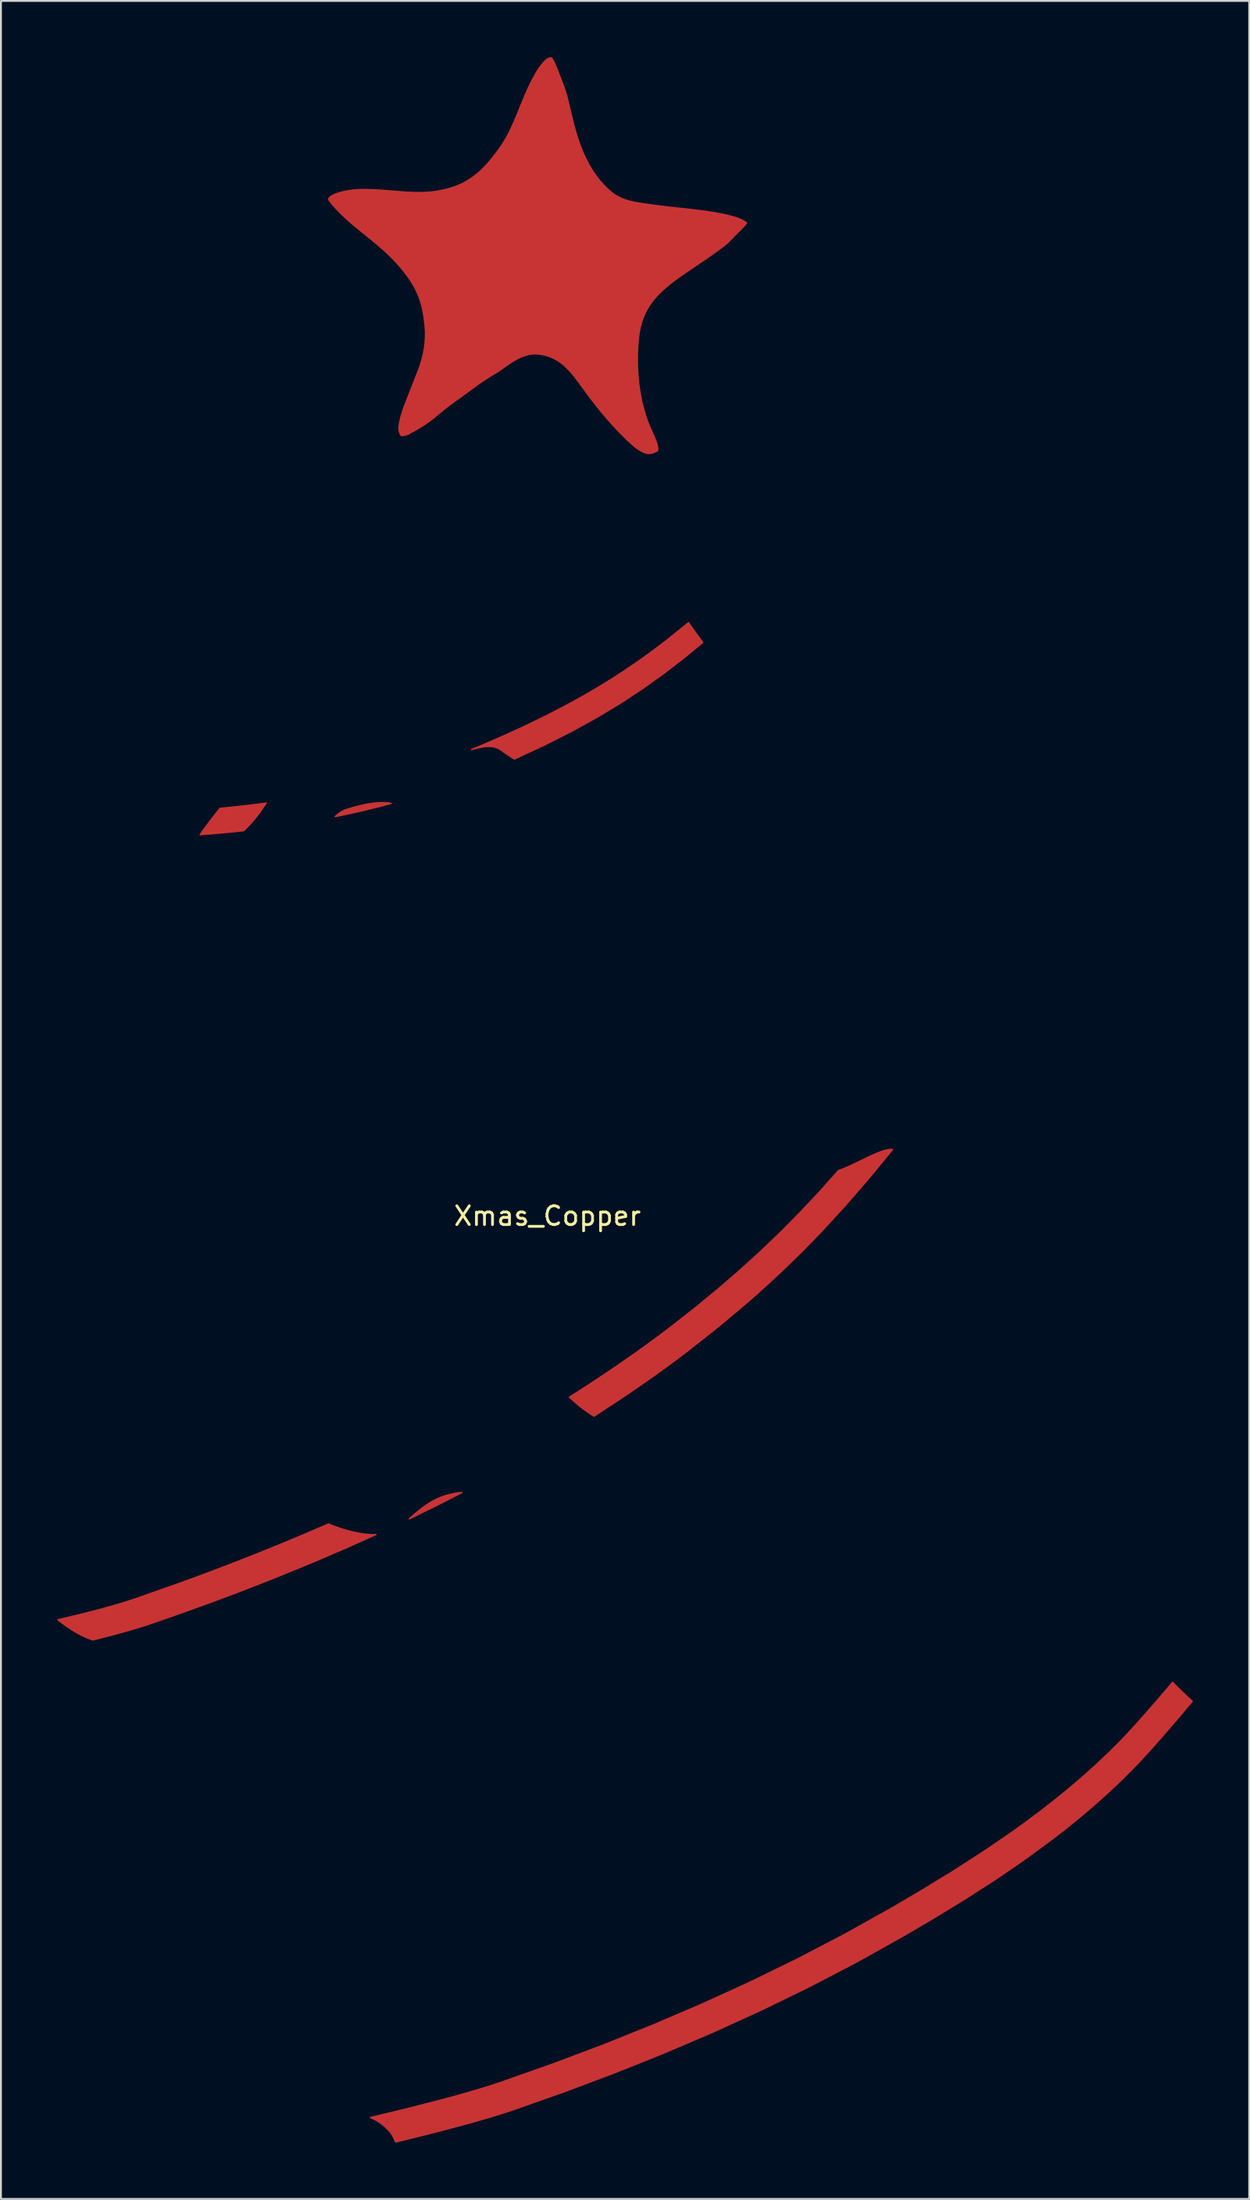
<source format=kicad_pcb>
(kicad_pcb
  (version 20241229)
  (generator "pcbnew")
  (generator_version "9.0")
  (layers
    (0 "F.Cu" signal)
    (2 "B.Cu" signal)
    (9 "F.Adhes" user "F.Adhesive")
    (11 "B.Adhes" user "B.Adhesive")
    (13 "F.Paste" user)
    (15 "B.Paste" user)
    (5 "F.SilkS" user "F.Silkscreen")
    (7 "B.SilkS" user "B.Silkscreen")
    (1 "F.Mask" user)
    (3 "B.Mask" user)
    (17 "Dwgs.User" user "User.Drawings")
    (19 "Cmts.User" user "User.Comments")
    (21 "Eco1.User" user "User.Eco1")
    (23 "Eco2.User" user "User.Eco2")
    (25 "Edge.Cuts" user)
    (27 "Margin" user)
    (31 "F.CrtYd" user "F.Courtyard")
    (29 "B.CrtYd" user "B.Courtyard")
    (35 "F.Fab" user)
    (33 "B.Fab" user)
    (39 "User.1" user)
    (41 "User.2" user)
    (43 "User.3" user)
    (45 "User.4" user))
  (footprint "Xmas_Copper"
    (layer "F.Cu")
    (at 26.139 62.241)
    (property "Reference" "Xmas_Copper" (at 0 -0.5 0) (unlocked yes) (layer "F.SilkS") (effects (font (size 1 1) (thickness 0.15))))
    (attr board_only exclude_from_pos_files exclude_from_bom allow_missing_courtyard)
    (fp_poly (pts (xy 7.522 -32.11) (xy 7.522 -32.11) (xy 7.522 -32.11)) (stroke (width 0.076) (type solid)) (fill yes) (layer "F.Cu"))
    (fp_poly (pts (xy 10.612 -53.411) (xy 10.612 -53.41) (xy 10.612 -53.41) (xy 10.612 -53.41) (xy 10.612 -53.41) (xy 10.612 -53.41) (xy 10.612 -53.41) (xy 10.612 -53.41) (xy 10.612 -53.41) (xy 10.612 -53.41) (xy 10.612 -53.411) (xy 10.612 -53.411)) (stroke (width 0.076) (type solid)) (fill yes) (layer "F.Cu"))
    (fp_poly (pts (xy -5.256 14.59) (xy -5.956 14.943) (xy -6.658 15.29) (xy -7.363 15.632) (xy -7.102 15.407) (xy -6.83 15.181) (xy -6.688 15.07) (xy -6.541 14.962) (xy -6.387 14.857) (xy -6.226 14.756) (xy -6.057 14.661) (xy -5.878 14.573) (xy -5.689 14.492) (xy -5.489 14.419) (xy -5.277 14.356) (xy -5.052 14.303) (xy -4.814 14.261) (xy -4.56 14.232)) (stroke (width 0.076) (type solid)) (fill yes) (layer "F.Cu"))
    (fp_poly (pts (xy -15 -22.5) (xy -15.011 -22.484) (xy -15.023 -22.468) (xy -15.045 -22.437) (xy -15.056 -22.422) (xy -15.067 -22.406) (xy -15.079 -22.39) (xy -15.09 -22.372) (xy -15.163 -22.262) (xy -15.236 -22.156) (xy -15.308 -22.054) (xy -15.38 -21.956) (xy -15.451 -21.861) (xy -15.522 -21.77) (xy -15.592 -21.682) (xy -15.662 -21.597) (xy -15.731 -21.516) (xy -15.8 -21.438) (xy -15.868 -21.363) (xy -15.935 -21.291) (xy -16.068 -21.156) (xy -16.198 -21.03) (xy -16.801 -20.967) (xy -17.385 -20.913) (xy -17.954 -20.864) (xy -18.512 -20.82) (xy -18.386 -21.004) (xy -18.322 -21.095) (xy -18.29 -21.14) (xy -18.257 -21.184) (xy -18.02 -21.499) (xy -17.823 -21.754) (xy -17.462 -22.218) (xy -16.864 -22.278) (xy -16.258 -22.343) (xy -15.638 -22.416) (xy -15 -22.5)) (stroke (width 0.076) (type solid)) (fill yes) (layer "F.Cu"))
    (fp_poly (pts (xy -8.727 -22.523) (xy -8.727 -22.523) (xy -8.674 -22.521) (xy -8.622 -22.518) (xy -8.571 -22.514) (xy -8.522 -22.509) (xy -8.473 -22.504) (xy -8.426 -22.498) (xy -8.379 -22.491) (xy -8.333 -22.484) (xy -9.085 -22.288) (xy -9.833 -22.106) (xy -10.576 -21.938) (xy -11.313 -21.783) (xy -11.244 -21.844) (xy -11.174 -21.901) (xy -11.139 -21.929) (xy -11.103 -21.955) (xy -11.067 -21.981) (xy -11.031 -22.005) (xy -10.994 -22.029) (xy -10.957 -22.051) (xy -10.919 -22.071) (xy -10.881 -22.091) (xy -10.843 -22.109) (xy -10.804 -22.125) (xy -10.765 -22.14) (xy -10.725 -22.154) (xy -10.554 -22.206) (xy -10.391 -22.254) (xy -10.234 -22.297) (xy -10.085 -22.336) (xy -9.942 -22.371) (xy -9.805 -22.402) (xy -9.674 -22.429) (xy -9.549 -22.452) (xy -9.43 -22.472) (xy -9.316 -22.488) (xy -9.207 -22.501) (xy -9.103 -22.511) (xy -9.003 -22.518) (xy -8.907 -22.522) (xy -8.815 -22.524)) (stroke (width 0.076) (type solid)) (fill yes) (layer "F.Cu"))
    (fp_poly (pts (xy 7.888 -31.594) (xy 8.077 -31.333) (xy 8.177 -31.198) (xy 8.28 -31.061) (xy 7.243 -30.211) (xy 6.183 -29.396) (xy 5.08 -28.608) (xy 3.915 -27.841) (xy 2.667 -27.088) (xy 1.319 -26.343) (xy -0.151 -25.6) (xy -1.763 -24.851) (xy -2.099 -25.068) (xy -2.185 -25.125) (xy -2.275 -25.186) (xy -2.37 -25.252) (xy -2.471 -25.325) (xy -2.472 -25.325) (xy -2.513 -25.354) (xy -2.554 -25.38) (xy -2.597 -25.403) (xy -2.64 -25.425) (xy -2.684 -25.444) (xy -2.729 -25.46) (xy -2.82 -25.487) (xy -2.914 -25.506) (xy -3.009 -25.517) (xy -3.107 -25.522) (xy -3.206 -25.52) (xy -3.307 -25.513) (xy -3.41 -25.5) (xy -3.513 -25.483) (xy -3.618 -25.462) (xy -3.723 -25.438) (xy -3.829 -25.411) (xy -4.041 -25.352) (xy -3.991 -25.371) (xy -3.004 -25.789) (xy -2.068 -26.202) (xy -1.179 -26.612) (xy -0.335 -27.019) (xy 0.468 -27.424) (xy 1.233 -27.829) (xy 1.964 -28.235) (xy 2.664 -28.643) (xy 3.335 -29.054) (xy 3.982 -29.47) (xy 4.607 -29.89) (xy 5.213 -30.317) (xy 5.805 -30.751) (xy 6.385 -31.194) (xy 7.522 -32.11)) (stroke (width 0.076) (type solid)) (fill yes) (layer "F.Cu"))
    (fp_poly (pts (xy -11.673 15.912) (xy -11.399 16.021) (xy -11.123 16.12) (xy -10.845 16.211) (xy -10.564 16.29) (xy -10.423 16.325) (xy -10.281 16.358) (xy -10.138 16.387) (xy -9.994 16.413) (xy -9.85 16.435) (xy -9.705 16.454) (xy -9.559 16.469) (xy -9.412 16.48) (xy -9.378 16.481) (xy -9.344 16.482) (xy -9.311 16.481) (xy -9.279 16.48) (xy -9.214 16.476) (xy -9.182 16.474) (xy -9.15 16.473) (xy -10.613 17.128) (xy -12.085 17.763) (xy -13.565 18.378) (xy -15.051 18.975) (xy -16.543 19.553) (xy -18.04 20.112) (xy -19.541 20.654) (xy -21.045 21.178) (xy -21.401 21.297) (xy -21.771 21.414) (xy -22.155 21.529) (xy -22.551 21.643) (xy -23.375 21.867) (xy -24.235 22.086) (xy -24.361 22.043) (xy -24.485 21.996) (xy -24.608 21.945) (xy -24.731 21.89) (xy -24.852 21.831) (xy -24.972 21.769) (xy -25.09 21.704) (xy -25.208 21.635) (xy -25.324 21.565) (xy -25.439 21.491) (xy -25.665 21.339) (xy -25.885 21.179) (xy -26.101 21.015) (xy -24.957 20.743) (xy -24.402 20.604) (xy -23.862 20.463) (xy -23.339 20.319) (xy -22.835 20.174) (xy -22.353 20.025) (xy -21.896 19.875) (xy -19.319 18.964) (xy -18.035 18.489) (xy -16.754 18.001) (xy -15.476 17.499) (xy -14.204 16.984) (xy -12.936 16.455) (xy -11.673 15.912)) (stroke (width 0.076) (type solid)) (fill yes) (layer "F.Cu"))
    (fp_poly (pts (xy 18.343 -4.043) (xy 18.347 -4.043) (xy 18.351 -4.043) (xy 18.354 -4.043) (xy 18.361 -4.042) (xy 18.367 -4.041) (xy 18.373 -4.04) (xy 18.379 -4.039) (xy 18.383 -4.039) (xy 18.386 -4.039) (xy 18.39 -4.039) (xy 18.394 -4.039) (xy 17.12 -2.489) (xy 15.858 -1.036) (xy 14.591 0.341) (xy 13.949 1.005) (xy 13.298 1.657) (xy 12.636 2.298) (xy 11.96 2.931) (xy 11.268 3.558) (xy 10.558 4.181) (xy 9.072 5.424) (xy 7.484 6.678) (xy 6.877 7.137) (xy 6.264 7.589) (xy 5.645 8.034) (xy 5.021 8.471) (xy 4.392 8.902) (xy 3.759 9.327) (xy 2.483 10.163) (xy 2.39 10.106) (xy 2.298 10.047) (xy 2.209 9.988) (xy 2.12 9.927) (xy 2.034 9.865) (xy 1.949 9.803) (xy 1.783 9.676) (xy 1.624 9.546) (xy 1.469 9.415) (xy 1.32 9.284) (xy 1.176 9.153) (xy 1.876 8.705) (xy 2.572 8.251) (xy 3.263 7.791) (xy 3.949 7.323) (xy 4.63 6.848) (xy 5.304 6.365) (xy 5.972 5.874) (xy 6.633 5.373) (xy 7.917 4.366) (xy 9.131 3.368) (xy 10.286 2.37) (xy 11.392 1.364) (xy 12.46 0.34) (xy 13.498 -0.711) (xy 14.518 -1.797) (xy 15.529 -2.93) (xy 15.614 -2.954) (xy 15.782 -3.018) (xy 15.958 -3.09) (xy 16.325 -3.257) (xy 17.079 -3.622) (xy 17.443 -3.789) (xy 17.616 -3.862) (xy 17.782 -3.925) (xy 17.938 -3.977) (xy 18.084 -4.015) (xy 18.218 -4.038) (xy 18.28 -4.043) (xy 18.339 -4.043) (xy 18.339 -4.043)) (stroke (width 0.076) (type solid)) (fill yes) (layer "F.Cu"))
    (fp_poly (pts (xy 33.335 24.349) (xy 33.465 24.482) (xy 33.594 24.613) (xy 33.724 24.741) (xy 33.855 24.868) (xy 33.985 24.993) (xy 34.116 25.115) (xy 34.248 25.236) (xy 34.38 25.353) (xy 33.539 26.348) (xy 32.701 27.317) (xy 32.295 27.776) (xy 31.904 28.208) (xy 31.532 28.609) (xy 31.184 28.971) (xy 30.516 29.633) (xy 29.83 30.277) (xy 29.127 30.903) (xy 28.41 31.513) (xy 27.678 32.107) (xy 26.933 32.686) (xy 25.409 33.803) (xy 23.846 34.87) (xy 22.253 35.893) (xy 20.639 36.879) (xy 19.013 37.835) (xy 16.531 39.222) (xy 14.008 40.538) (xy 11.449 41.785) (xy 8.857 42.967) (xy 6.237 44.087) (xy 3.592 45.146) (xy 0.926 46.148) (xy -1.756 47.095) (xy -2.418 47.313) (xy -3.133 47.533) (xy -3.895 47.754) (xy -4.693 47.974) (xy -6.369 48.412) (xy -8.092 48.836) (xy -8.144 48.718) (xy -8.171 48.659) (xy -8.199 48.601) (xy -8.229 48.542) (xy -8.245 48.514) (xy -8.262 48.485) (xy -8.279 48.456) (xy -8.297 48.428) (xy -8.317 48.4) (xy -8.337 48.372) (xy -8.395 48.298) (xy -8.454 48.228) (xy -8.516 48.161) (xy -8.578 48.097) (xy -8.643 48.036) (xy -8.709 47.977) (xy -8.776 47.922) (xy -8.845 47.869) (xy -8.914 47.819) (xy -8.985 47.771) (xy -9.057 47.726) (xy -9.13 47.684) (xy -9.204 47.644) (xy -9.279 47.606) (xy -9.354 47.57) (xy -9.43 47.536) (xy -7.536 47.08) (xy -5.678 46.604) (xy -4.789 46.363) (xy -3.943 46.121) (xy -3.148 45.88) (xy -2.418 45.64) (xy 0.264 44.693) (xy 2.93 43.691) (xy 5.575 42.631) (xy 8.196 41.512) (xy 10.788 40.33) (xy 13.347 39.082) (xy 15.87 37.766) (xy 18.352 36.38) (xy 19.978 35.424) (xy 21.592 34.438) (xy 23.185 33.415) (xy 24.747 32.348) (xy 25.515 31.796) (xy 26.272 31.231) (xy 27.016 30.652) (xy 27.748 30.058) (xy 28.466 29.448) (xy 29.168 28.822) (xy 29.854 28.178) (xy 30.523 27.516) (xy 30.83 27.197) (xy 31.156 26.847) (xy 31.497 26.471) (xy 31.852 26.072) (xy 32.586 25.227) (xy 33.335 24.349)) (stroke (width 0.076) (type solid)) (fill yes) (layer "F.Cu"))
    (fp_poly (pts (xy 0.202 -62.203) (xy 0.205 -62.203) (xy 0.213 -62.203) (xy 0.225 -62.187) (xy 0.231 -62.179) (xy 0.238 -62.17) (xy 0.245 -62.159) (xy 0.254 -62.147) (xy 0.263 -62.132) (xy 0.274 -62.115) (xy 0.323 -62.027) (xy 0.381 -61.906) (xy 0.448 -61.753) (xy 0.523 -61.571) (xy 0.695 -61.129) (xy 0.893 -60.597) (xy 0.975 -60.351) (xy 1.051 -60.076) (xy 1.203 -59.45) (xy 1.373 -58.748) (xy 1.472 -58.378) (xy 1.585 -58) (xy 1.714 -57.616) (xy 1.863 -57.232) (xy 2.035 -56.85) (xy 2.232 -56.475) (xy 2.457 -56.109) (xy 2.582 -55.93) (xy 2.715 -55.756) (xy 2.856 -55.585) (xy 3.007 -55.419) (xy 3.167 -55.258) (xy 3.336 -55.103) (xy 3.455 -55.007) (xy 3.577 -54.92) (xy 3.702 -54.843) (xy 3.829 -54.776) (xy 3.96 -54.716) (xy 4.092 -54.663) (xy 4.227 -54.617) (xy 4.364 -54.577) (xy 4.503 -54.542) (xy 4.643 -54.511) (xy 4.929 -54.46) (xy 5.512 -54.375) (xy 5.822 -54.333) (xy 6.14 -54.294) (xy 6.791 -54.221) (xy 7.451 -54.15) (xy 8.102 -54.074) (xy 8.419 -54.031) (xy 8.729 -53.985) (xy 9.027 -53.934) (xy 9.31 -53.88) (xy 9.574 -53.822) (xy 9.816 -53.761) (xy 9.928 -53.73) (xy 10.033 -53.698) (xy 10.131 -53.665) (xy 10.221 -53.631) (xy 10.262 -53.614) (xy 10.3 -53.598) (xy 10.337 -53.581) (xy 10.372 -53.564) (xy 10.404 -53.547) (xy 10.434 -53.53) (xy 10.463 -53.514) (xy 10.489 -53.499) (xy 10.512 -53.484) (xy 10.534 -53.47) (xy 10.553 -53.457) (xy 10.57 -53.445) (xy 10.584 -53.435) (xy 10.596 -53.426) (xy 10.605 -53.418) (xy 10.612 -53.412) (xy 10.612 -53.412) (xy 10.612 -53.412) (xy 10.612 -53.412) (xy 10.612 -53.412) (xy 10.612 -53.412) (xy 10.612 -53.412) (xy 10.612 -53.411) (xy 10.612 -53.411) (xy 10.612 -53.41) (xy 10.61 -53.408) (xy 10.596 -53.388) (xy 10.584 -53.371) (xy 10.567 -53.349) (xy 10.546 -53.323) (xy 10.52 -53.291) (xy 10.465 -53.229) (xy 10.392 -53.153) (xy 10.2 -52.96) (xy 9.953 -52.713) (xy 9.813 -52.569) (xy 9.663 -52.412) (xy 9.622 -52.372) (xy 9.567 -52.324) (xy 9.42 -52.205) (xy 9.229 -52.059) (xy 9.001 -51.893) (xy 8.466 -51.516) (xy 7.876 -51.115) (xy 7.273 -50.708) (xy 6.974 -50.499) (xy 6.681 -50.282) (xy 6.538 -50.17) (xy 6.398 -50.057) (xy 6.262 -49.94) (xy 6.13 -49.821) (xy 6.002 -49.7) (xy 5.879 -49.575) (xy 5.762 -49.446) (xy 5.651 -49.314) (xy 5.535 -49.162) (xy 5.43 -49.01) (xy 5.337 -48.857) (xy 5.255 -48.705) (xy 5.182 -48.555) (xy 5.118 -48.406) (xy 5.063 -48.259) (xy 5.016 -48.115) (xy 4.976 -47.975) (xy 4.942 -47.839) (xy 4.914 -47.707) (xy 4.891 -47.58) (xy 4.873 -47.459) (xy 4.858 -47.345) (xy 4.837 -47.137) (xy 4.816 -46.866) (xy 4.802 -46.591) (xy 4.794 -46.311) (xy 4.793 -46.028) (xy 4.799 -45.742) (xy 4.813 -45.453) (xy 4.834 -45.163) (xy 4.864 -44.872) (xy 4.902 -44.581) (xy 4.949 -44.29) (xy 5.005 -44.001) (xy 5.07 -43.713) (xy 5.145 -43.428) (xy 5.231 -43.146) (xy 5.326 -42.868) (xy 5.432 -42.595) (xy 5.487 -42.467) (xy 5.546 -42.336) (xy 5.665 -42.071) (xy 5.722 -41.941) (xy 5.772 -41.816) (xy 5.795 -41.755) (xy 5.815 -41.696) (xy 5.833 -41.639) (xy 5.848 -41.584) (xy 5.855 -41.557) (xy 5.86 -41.532) (xy 5.865 -41.507) (xy 5.868 -41.484) (xy 5.872 -41.461) (xy 5.874 -41.44) (xy 5.876 -41.421) (xy 5.877 -41.402) (xy 5.878 -41.385) (xy 5.878 -41.369) (xy 5.878 -41.354) (xy 5.877 -41.341) (xy 5.876 -41.33) (xy 5.875 -41.32) (xy 5.873 -41.311) (xy 5.872 -41.304) (xy 5.87 -41.299) (xy 5.869 -41.294) (xy 5.868 -41.287) (xy 5.868 -41.283) (xy 5.867 -41.281) (xy 5.866 -41.278) (xy 5.864 -41.275) (xy 5.861 -41.273) (xy 5.856 -41.27) (xy 5.851 -41.266) (xy 5.844 -41.262) (xy 5.835 -41.258) (xy 5.824 -41.253) (xy 5.796 -41.24) (xy 5.789 -41.238) (xy 5.784 -41.234) (xy 5.728 -41.208) (xy 5.675 -41.186) (xy 5.625 -41.168) (xy 5.577 -41.154) (xy 5.531 -41.143) (xy 5.487 -41.135) (xy 5.444 -41.131) (xy 5.401 -41.131) (xy 5.359 -41.133) (xy 5.317 -41.139) (xy 5.275 -41.149) (xy 5.231 -41.161) (xy 5.187 -41.176) (xy 5.141 -41.195) (xy 5.093 -41.216) (xy 5.043 -41.24) (xy 4.991 -41.267) (xy 4.937 -41.299) (xy 4.881 -41.334) (xy 4.823 -41.373) (xy 4.764 -41.416) (xy 4.703 -41.462) (xy 4.64 -41.512) (xy 4.575 -41.566) (xy 4.441 -41.682) (xy 4.3 -41.811) (xy 4.154 -41.953) (xy 4 -42.105) (xy 3.721 -42.393) (xy 3.448 -42.688) (xy 3.181 -42.99) (xy 2.92 -43.297) (xy 2.665 -43.609) (xy 2.416 -43.925) (xy 2.173 -44.246) (xy 1.936 -44.57) (xy 1.795 -44.764) (xy 1.661 -44.948) (xy 1.53 -45.121) (xy 1.402 -45.283) (xy 1.338 -45.361) (xy 1.274 -45.436) (xy 1.21 -45.509) (xy 1.145 -45.579) (xy 1.08 -45.647) (xy 1.014 -45.713) (xy 0.947 -45.776) (xy 0.879 -45.838) (xy 0.809 -45.896) (xy 0.738 -45.953) (xy 0.664 -46.006) (xy 0.589 -46.057) (xy 0.512 -46.104) (xy 0.433 -46.149) (xy 0.352 -46.191) (xy 0.27 -46.23) (xy 0.185 -46.266) (xy 0.099 -46.299) (xy 0.012 -46.328) (xy -0.078 -46.355) (xy -0.169 -46.378) (xy -0.262 -46.398) (xy -0.356 -46.414) (xy -0.453 -46.428) (xy -0.553 -46.437) (xy -0.652 -46.439) (xy -0.75 -46.436) (xy -0.845 -46.428) (xy -0.938 -46.414) (xy -1.03 -46.396) (xy -1.12 -46.373) (xy -1.208 -46.347) (xy -1.293 -46.317) (xy -1.377 -46.284) (xy -1.459 -46.248) (xy -1.539 -46.21) (xy -1.617 -46.17) (xy -1.693 -46.129) (xy -1.768 -46.086) (xy -1.84 -46.043) (xy -1.979 -45.954) (xy -2.114 -45.864) (xy -2.244 -45.774) (xy -2.37 -45.686) (xy -2.49 -45.601) (xy -2.606 -45.521) (xy -2.717 -45.448) (xy -2.771 -45.414) (xy -2.824 -45.383) (xy -2.974 -45.294) (xy -3.122 -45.202) (xy -3.411 -45.014) (xy -3.692 -44.821) (xy -3.967 -44.624) (xy -4.502 -44.231) (xy -4.766 -44.038) (xy -5.029 -43.851) (xy -5.187 -43.738) (xy -5.331 -43.63) (xy -5.587 -43.425) (xy -6.055 -43.037) (xy -6.18 -42.939) (xy -6.313 -42.84) (xy -6.457 -42.737) (xy -6.616 -42.631) (xy -6.792 -42.521) (xy -6.987 -42.405) (xy -7.206 -42.283) (xy -7.451 -42.154) (xy -7.474 -42.146) (xy -7.498 -42.138) (xy -7.527 -42.129) (xy -7.562 -42.119) (xy -7.599 -42.11) (xy -7.637 -42.101) (xy -7.675 -42.094) (xy -7.69 -42.091) (xy -7.705 -42.09) (xy -7.72 -42.088) (xy -7.734 -42.088) (xy -7.749 -42.087) (xy -7.763 -42.087) (xy -7.79 -42.086) (xy -7.799 -42.095) (xy -7.803 -42.1) (xy -7.808 -42.106) (xy -7.811 -42.109) (xy -7.813 -42.113) (xy -7.816 -42.117) (xy -7.819 -42.121) (xy -7.822 -42.125) (xy -7.825 -42.131) (xy -7.828 -42.136) (xy -7.831 -42.142) (xy -7.84 -42.159) (xy -7.849 -42.178) (xy -7.857 -42.197) (xy -7.864 -42.217) (xy -7.871 -42.237) (xy -7.878 -42.257) (xy -7.884 -42.278) (xy -7.89 -42.298) (xy -7.9 -42.337) (xy -7.908 -42.372) (xy -7.913 -42.402) (xy -7.915 -42.414) (xy -7.916 -42.424) (xy -7.916 -42.49) (xy -7.909 -42.578) (xy -7.893 -42.688) (xy -7.868 -42.822) (xy -7.832 -42.979) (xy -7.784 -43.16) (xy -7.722 -43.364) (xy -7.646 -43.594) (xy -6.827 -45.685) (xy -6.742 -45.946) (xy -6.667 -46.212) (xy -6.603 -46.483) (xy -6.553 -46.761) (xy -6.518 -47.046) (xy -6.5 -47.34) (xy -6.501 -47.644) (xy -6.523 -47.959) (xy -6.573 -48.38) (xy -6.605 -48.588) (xy -6.645 -48.797) (xy -6.695 -49.006) (xy -6.755 -49.217) (xy -6.828 -49.43) (xy -6.916 -49.647) (xy -7.02 -49.868) (xy -7.142 -50.095) (xy -7.283 -50.328) (xy -7.447 -50.568) (xy -7.634 -50.816) (xy -7.846 -51.073) (xy -8.085 -51.339) (xy -8.353 -51.617) (xy -8.575 -51.831) (xy -8.811 -52.044) (xy -9.057 -52.257) (xy -9.311 -52.468) (xy -10.343 -53.31) (xy -10.46 -53.409) (xy -10.573 -53.508) (xy -10.683 -53.606) (xy -10.79 -53.704) (xy -10.892 -53.801) (xy -10.99 -53.896) (xy -11.084 -53.989) (xy -11.173 -54.08) (xy -11.256 -54.168) (xy -11.334 -54.253) (xy -11.406 -54.335) (xy -11.472 -54.412) (xy -11.532 -54.484) (xy -11.584 -54.552) (xy -11.63 -54.615) (xy -11.667 -54.672) (xy -11.65 -54.703) (xy -11.641 -54.718) (xy -11.634 -54.731) (xy -11.628 -54.743) (xy -11.624 -54.751) (xy -11.622 -54.754) (xy -11.622 -54.756) (xy -11.622 -54.756) (xy -11.622 -54.756) (xy -11.622 -54.756) (xy -11.622 -54.756) (xy -11.622 -54.757) (xy -11.57 -54.804) (xy -11.505 -54.848) (xy -11.428 -54.891) (xy -11.34 -54.933) (xy -11.241 -54.971) (xy -11.133 -55.008) (xy -11.016 -55.042) (xy -10.892 -55.073) (xy -10.761 -55.101) (xy -10.624 -55.125) (xy -10.483 -55.146) (xy -10.337 -55.164) (xy -10.189 -55.177) (xy -10.038 -55.186) (xy -9.886 -55.191) (xy -9.734 -55.191) (xy -9.395 -55.182) (xy -9.068 -55.166) (xy -8.752 -55.145) (xy -8.444 -55.122) (xy -7.846 -55.074) (xy -7.55 -55.053) (xy -7.255 -55.037) (xy -6.956 -55.029) (xy -6.652 -55.031) (xy -6.499 -55.037) (xy -6.344 -55.047) (xy -6.189 -55.06) (xy -6.033 -55.078) (xy -5.875 -55.101) (xy -5.717 -55.129) (xy -5.558 -55.162) (xy -5.398 -55.2) (xy -5.236 -55.244) (xy -5.074 -55.295) (xy -4.911 -55.352) (xy -4.747 -55.416) (xy -4.649 -55.458) (xy -4.552 -55.503) (xy -4.367 -55.599) (xy -4.19 -55.704) (xy -4.021 -55.816) (xy -3.861 -55.934) (xy -3.708 -56.058) (xy -3.563 -56.187) (xy -3.425 -56.32) (xy -3.293 -56.456) (xy -3.168 -56.593) (xy -3.049 -56.732) (xy -2.935 -56.871) (xy -2.723 -57.146) (xy -2.529 -57.41) (xy -2.407 -57.586) (xy -2.292 -57.771) (xy -2.182 -57.962) (xy -2.076 -58.159) (xy -1.976 -58.361) (xy -1.879 -58.567) (xy -1.694 -58.988) (xy -1.344 -59.842) (xy -1.17 -60.26) (xy -0.99 -60.662) (xy -0.897 -60.855) (xy -0.802 -61.041) (xy -0.707 -61.218) (xy -0.613 -61.384) (xy -0.519 -61.537) (xy -0.473 -61.609) (xy -0.427 -61.676) (xy -0.382 -61.74) (xy -0.338 -61.8) (xy -0.294 -61.855) (xy -0.252 -61.906) (xy -0.209 -61.953) (xy -0.17 -61.996) (xy -0.134 -62.033) (xy -0.116 -62.05) (xy -0.1 -62.065) (xy -0.084 -62.08) (xy -0.068 -62.094) (xy -0.054 -62.106) (xy -0.039 -62.118) (xy -0.025 -62.128) (xy -0.012 -62.138) (xy 0.001 -62.147) (xy 0.013 -62.155) (xy 0.025 -62.162) (xy 0.037 -62.168) (xy 0.048 -62.174) (xy 0.059 -62.179) (xy 0.07 -62.184) (xy 0.08 -62.187) (xy 0.09 -62.191) (xy 0.1 -62.194) (xy 0.12 -62.198) (xy 0.138 -62.201) (xy 0.156 -62.202) (xy 0.174 -62.203) (xy 0.19 -62.203) (xy 0.195 -62.203) (xy 0.199 -62.203)) (stroke (width 0.076) (type solid)) (fill yes) (layer "F.Cu"))
    (fp_poly (pts (xy 7.522 -32.11) (xy 7.522 -32.11) (xy 7.522 -32.11)) (stroke (width 0.076) (type solid)) (fill yes) (layer "F.Mask"))
    (fp_poly (pts (xy 10.612 -53.411) (xy 10.612 -53.41) (xy 10.612 -53.41) (xy 10.612 -53.41) (xy 10.612 -53.41) (xy 10.612 -53.41) (xy 10.612 -53.41) (xy 10.612 -53.41) (xy 10.612 -53.41) (xy 10.612 -53.41) (xy 10.612 -53.411) (xy 10.612 -53.411)) (stroke (width 0.076) (type solid)) (fill yes) (layer "F.Mask"))
    (fp_poly (pts (xy -5.256 14.59) (xy -5.956 14.943) (xy -6.658 15.29) (xy -7.363 15.632) (xy -7.102 15.407) (xy -6.83 15.181) (xy -6.688 15.07) (xy -6.541 14.962) (xy -6.387 14.857) (xy -6.226 14.756) (xy -6.057 14.661) (xy -5.878 14.573) (xy -5.689 14.492) (xy -5.489 14.419) (xy -5.277 14.356) (xy -5.052 14.303) (xy -4.814 14.261) (xy -4.56 14.232)) (stroke (width 0.076) (type solid)) (fill yes) (layer "F.Mask"))
    (fp_poly (pts (xy -15 -22.5) (xy -15.011 -22.484) (xy -15.023 -22.468) (xy -15.045 -22.437) (xy -15.056 -22.422) (xy -15.067 -22.406) (xy -15.079 -22.39) (xy -15.09 -22.372) (xy -15.163 -22.262) (xy -15.236 -22.156) (xy -15.308 -22.054) (xy -15.38 -21.956) (xy -15.451 -21.861) (xy -15.522 -21.77) (xy -15.592 -21.682) (xy -15.662 -21.597) (xy -15.731 -21.516) (xy -15.8 -21.438) (xy -15.868 -21.363) (xy -15.935 -21.291) (xy -16.068 -21.156) (xy -16.198 -21.03) (xy -16.801 -20.967) (xy -17.385 -20.913) (xy -17.954 -20.864) (xy -18.512 -20.82) (xy -18.386 -21.004) (xy -18.322 -21.095) (xy -18.29 -21.14) (xy -18.257 -21.184) (xy -18.02 -21.499) (xy -17.823 -21.754) (xy -17.462 -22.218) (xy -16.864 -22.278) (xy -16.258 -22.343) (xy -15.638 -22.416) (xy -15 -22.5)) (stroke (width 0.076) (type solid)) (fill yes) (layer "F.Mask"))
    (fp_poly (pts (xy -8.727 -22.523) (xy -8.727 -22.523) (xy -8.674 -22.521) (xy -8.622 -22.518) (xy -8.571 -22.514) (xy -8.522 -22.509) (xy -8.473 -22.504) (xy -8.426 -22.498) (xy -8.379 -22.491) (xy -8.333 -22.484) (xy -9.085 -22.288) (xy -9.833 -22.106) (xy -10.575 -21.938) (xy -11.313 -21.783) (xy -11.244 -21.844) (xy -11.174 -21.901) (xy -11.139 -21.929) (xy -11.103 -21.955) (xy -11.067 -21.981) (xy -11.031 -22.005) (xy -10.994 -22.029) (xy -10.957 -22.051) (xy -10.919 -22.071) (xy -10.881 -22.091) (xy -10.843 -22.109) (xy -10.804 -22.125) (xy -10.765 -22.14) (xy -10.725 -22.154) (xy -10.554 -22.206) (xy -10.391 -22.254) (xy -10.234 -22.297) (xy -10.085 -22.336) (xy -9.942 -22.371) (xy -9.805 -22.402) (xy -9.674 -22.429) (xy -9.549 -22.452) (xy -9.43 -22.472) (xy -9.316 -22.488) (xy -9.207 -22.501) (xy -9.103 -22.511) (xy -9.003 -22.518) (xy -8.907 -22.522) (xy -8.815 -22.524)) (stroke (width 0.076) (type solid)) (fill yes) (layer "F.Mask"))
    (fp_poly (pts (xy 7.888 -31.594) (xy 8.077 -31.333) (xy 8.177 -31.198) (xy 8.28 -31.061) (xy 7.243 -30.211) (xy 6.183 -29.396) (xy 5.08 -28.608) (xy 3.915 -27.841) (xy 2.667 -27.088) (xy 1.319 -26.343) (xy -0.151 -25.6) (xy -1.763 -24.851) (xy -2.099 -25.068) (xy -2.185 -25.125) (xy -2.275 -25.186) (xy -2.37 -25.252) (xy -2.471 -25.325) (xy -2.472 -25.325) (xy -2.513 -25.354) (xy -2.554 -25.38) (xy -2.597 -25.403) (xy -2.64 -25.425) (xy -2.684 -25.444) (xy -2.729 -25.46) (xy -2.82 -25.487) (xy -2.914 -25.506) (xy -3.009 -25.517) (xy -3.107 -25.522) (xy -3.206 -25.52) (xy -3.307 -25.513) (xy -3.41 -25.5) (xy -3.513 -25.483) (xy -3.618 -25.462) (xy -3.723 -25.438) (xy -3.829 -25.411) (xy -4.041 -25.352) (xy -3.991 -25.371) (xy -3.004 -25.789) (xy -2.068 -26.202) (xy -1.179 -26.612) (xy -0.335 -27.019) (xy 0.468 -27.424) (xy 1.233 -27.829) (xy 1.964 -28.235) (xy 2.664 -28.643) (xy 3.335 -29.054) (xy 3.982 -29.47) (xy 4.607 -29.89) (xy 5.213 -30.317) (xy 5.805 -30.751) (xy 6.385 -31.194) (xy 7.522 -32.11)) (stroke (width 0.076) (type solid)) (fill yes) (layer "F.Mask"))
    (fp_poly (pts (xy -11.673 15.912) (xy -11.399 16.021) (xy -11.123 16.12) (xy -10.845 16.211) (xy -10.564 16.29) (xy -10.423 16.325) (xy -10.281 16.358) (xy -10.138 16.387) (xy -9.994 16.413) (xy -9.85 16.435) (xy -9.705 16.454) (xy -9.559 16.469) (xy -9.412 16.48) (xy -9.378 16.481) (xy -9.344 16.482) (xy -9.311 16.481) (xy -9.279 16.48) (xy -9.214 16.476) (xy -9.182 16.474) (xy -9.15 16.473) (xy -10.613 17.128) (xy -12.085 17.763) (xy -13.565 18.378) (xy -15.051 18.975) (xy -16.543 19.553) (xy -18.04 20.112) (xy -19.541 20.654) (xy -21.045 21.178) (xy -21.401 21.297) (xy -21.771 21.414) (xy -22.155 21.529) (xy -22.551 21.643) (xy -23.375 21.867) (xy -24.235 22.086) (xy -24.361 22.043) (xy -24.485 21.996) (xy -24.608 21.945) (xy -24.731 21.89) (xy -24.852 21.831) (xy -24.972 21.769) (xy -25.09 21.704) (xy -25.208 21.635) (xy -25.324 21.565) (xy -25.439 21.491) (xy -25.665 21.339) (xy -25.885 21.179) (xy -26.101 21.015) (xy -24.957 20.743) (xy -24.402 20.604) (xy -23.862 20.463) (xy -23.339 20.319) (xy -22.835 20.174) (xy -22.353 20.025) (xy -21.896 19.875) (xy -19.319 18.964) (xy -18.035 18.489) (xy -16.754 18.001) (xy -15.476 17.499) (xy -14.204 16.984) (xy -12.936 16.455) (xy -11.673 15.912)) (stroke (width 0.076) (type solid)) (fill yes) (layer "F.Mask"))
    (fp_poly (pts (xy 18.343 -4.043) (xy 18.347 -4.043) (xy 18.351 -4.043) (xy 18.354 -4.043) (xy 18.361 -4.042) (xy 18.367 -4.041) (xy 18.373 -4.04) (xy 18.379 -4.039) (xy 18.383 -4.039) (xy 18.386 -4.039) (xy 18.39 -4.039) (xy 18.394 -4.039) (xy 17.12 -2.489) (xy 15.858 -1.036) (xy 14.591 0.341) (xy 13.949 1.005) (xy 13.298 1.657) (xy 12.636 2.298) (xy 11.96 2.931) (xy 11.268 3.558) (xy 10.558 4.181) (xy 9.072 5.424) (xy 7.484 6.678) (xy 6.877 7.137) (xy 6.264 7.589) (xy 5.645 8.034) (xy 5.021 8.471) (xy 4.392 8.902) (xy 3.759 9.327) (xy 2.483 10.163) (xy 2.39 10.106) (xy 2.298 10.047) (xy 2.209 9.988) (xy 2.12 9.927) (xy 2.034 9.865) (xy 1.949 9.803) (xy 1.783 9.676) (xy 1.624 9.546) (xy 1.469 9.415) (xy 1.32 9.284) (xy 1.176 9.153) (xy 1.876 8.705) (xy 2.572 8.251) (xy 3.263 7.791) (xy 3.949 7.323) (xy 4.63 6.848) (xy 5.304 6.365) (xy 5.972 5.874) (xy 6.633 5.373) (xy 7.917 4.366) (xy 9.131 3.368) (xy 10.286 2.37) (xy 11.392 1.364) (xy 12.46 0.34) (xy 13.498 -0.711) (xy 14.518 -1.797) (xy 15.529 -2.93) (xy 15.614 -2.954) (xy 15.782 -3.018) (xy 15.958 -3.09) (xy 16.325 -3.257) (xy 17.079 -3.622) (xy 17.443 -3.789) (xy 17.616 -3.862) (xy 17.782 -3.925) (xy 17.938 -3.977) (xy 18.084 -4.015) (xy 18.218 -4.038) (xy 18.28 -4.043) (xy 18.339 -4.043) (xy 18.339 -4.043)) (stroke (width 0.076) (type solid)) (fill yes) (layer "F.Mask"))
    (fp_poly (pts (xy 33.335 24.349) (xy 33.465 24.482) (xy 33.594 24.613) (xy 33.724 24.741) (xy 33.855 24.868) (xy 33.985 24.993) (xy 34.116 25.115) (xy 34.248 25.236) (xy 34.38 25.353) (xy 33.539 26.348) (xy 32.701 27.317) (xy 32.296 27.776) (xy 31.904 28.208) (xy 31.533 28.609) (xy 31.184 28.971) (xy 30.516 29.633) (xy 29.83 30.277) (xy 29.127 30.903) (xy 28.41 31.513) (xy 27.678 32.107) (xy 26.933 32.686) (xy 25.409 33.803) (xy 23.846 34.87) (xy 22.253 35.893) (xy 20.639 36.879) (xy 19.013 37.835) (xy 16.531 39.222) (xy 14.008 40.538) (xy 11.449 41.785) (xy 8.857 42.967) (xy 6.237 44.087) (xy 3.592 45.146) (xy 0.926 46.148) (xy -1.756 47.095) (xy -2.418 47.313) (xy -3.133 47.533) (xy -3.895 47.754) (xy -4.693 47.974) (xy -6.369 48.412) (xy -8.092 48.836) (xy -8.144 48.718) (xy -8.171 48.659) (xy -8.199 48.601) (xy -8.229 48.542) (xy -8.245 48.514) (xy -8.261 48.485) (xy -8.279 48.456) (xy -8.297 48.428) (xy -8.317 48.4) (xy -8.337 48.372) (xy -8.395 48.298) (xy -8.454 48.228) (xy -8.515 48.161) (xy -8.578 48.097) (xy -8.643 48.036) (xy -8.709 47.977) (xy -8.776 47.922) (xy -8.845 47.869) (xy -8.914 47.819) (xy -8.985 47.771) (xy -9.057 47.726) (xy -9.13 47.684) (xy -9.204 47.644) (xy -9.279 47.606) (xy -9.354 47.57) (xy -9.43 47.536) (xy -7.536 47.08) (xy -5.678 46.604) (xy -4.789 46.363) (xy -3.942 46.121) (xy -3.148 45.879) (xy -2.418 45.64) (xy 0.264 44.693) (xy 2.93 43.691) (xy 5.575 42.631) (xy 8.196 41.512) (xy 10.788 40.33) (xy 13.347 39.082) (xy 15.87 37.766) (xy 18.352 36.38) (xy 19.978 35.424) (xy 21.592 34.438) (xy 23.185 33.415) (xy 24.747 32.348) (xy 25.515 31.796) (xy 26.272 31.231) (xy 27.016 30.652) (xy 27.748 30.058) (xy 28.466 29.448) (xy 29.168 28.822) (xy 29.854 28.178) (xy 30.523 27.516) (xy 30.83 27.197) (xy 31.156 26.847) (xy 31.497 26.471) (xy 31.852 26.072) (xy 32.586 25.227) (xy 33.335 24.349)) (stroke (width 0.076) (type solid)) (fill yes) (layer "F.Mask"))
    (fp_poly (pts (xy 0.202 -62.203) (xy 0.205 -62.203) (xy 0.213 -62.203) (xy 0.225 -62.187) (xy 0.231 -62.179) (xy 0.238 -62.17) (xy 0.245 -62.159) (xy 0.254 -62.147) (xy 0.263 -62.132) (xy 0.274 -62.115) (xy 0.323 -62.027) (xy 0.381 -61.906) (xy 0.448 -61.753) (xy 0.523 -61.571) (xy 0.695 -61.129) (xy 0.893 -60.597) (xy 0.975 -60.351) (xy 1.051 -60.076) (xy 1.203 -59.45) (xy 1.373 -58.748) (xy 1.472 -58.378) (xy 1.585 -58) (xy 1.714 -57.616) (xy 1.863 -57.232) (xy 2.035 -56.85) (xy 2.232 -56.475) (xy 2.457 -56.109) (xy 2.582 -55.93) (xy 2.715 -55.756) (xy 2.856 -55.585) (xy 3.007 -55.419) (xy 3.167 -55.258) (xy 3.336 -55.103) (xy 3.455 -55.007) (xy 3.577 -54.92) (xy 3.702 -54.843) (xy 3.829 -54.776) (xy 3.96 -54.716) (xy 4.092 -54.663) (xy 4.227 -54.617) (xy 4.364 -54.577) (xy 4.503 -54.542) (xy 4.643 -54.511) (xy 4.929 -54.46) (xy 5.512 -54.375) (xy 5.822 -54.333) (xy 6.14 -54.294) (xy 6.791 -54.221) (xy 7.451 -54.15) (xy 8.102 -54.074) (xy 8.419 -54.031) (xy 8.729 -53.985) (xy 9.027 -53.934) (xy 9.31 -53.88) (xy 9.574 -53.822) (xy 9.816 -53.761) (xy 9.928 -53.73) (xy 10.033 -53.698) (xy 10.131 -53.665) (xy 10.221 -53.631) (xy 10.262 -53.614) (xy 10.3 -53.598) (xy 10.337 -53.581) (xy 10.372 -53.564) (xy 10.404 -53.547) (xy 10.434 -53.53) (xy 10.463 -53.514) (xy 10.489 -53.499) (xy 10.512 -53.484) (xy 10.534 -53.47) (xy 10.553 -53.457) (xy 10.57 -53.445) (xy 10.584 -53.435) (xy 10.596 -53.426) (xy 10.605 -53.418) (xy 10.612 -53.412) (xy 10.612 -53.412) (xy 10.612 -53.412) (xy 10.612 -53.412) (xy 10.612 -53.412) (xy 10.612 -53.412) (xy 10.612 -53.412) (xy 10.612 -53.411) (xy 10.612 -53.411) (xy 10.612 -53.41) (xy 10.61 -53.408) (xy 10.596 -53.388) (xy 10.584 -53.371) (xy 10.567 -53.349) (xy 10.546 -53.323) (xy 10.52 -53.291) (xy 10.465 -53.229) (xy 10.392 -53.153) (xy 10.2 -52.96) (xy 9.953 -52.713) (xy 9.813 -52.569) (xy 9.663 -52.412) (xy 9.622 -52.372) (xy 9.567 -52.324) (xy 9.42 -52.205) (xy 9.229 -52.059) (xy 9.001 -51.893) (xy 8.466 -51.516) (xy 7.876 -51.115) (xy 7.273 -50.708) (xy 6.974 -50.499) (xy 6.681 -50.282) (xy 6.538 -50.17) (xy 6.398 -50.057) (xy 6.262 -49.94) (xy 6.13 -49.821) (xy 6.002 -49.7) (xy 5.879 -49.575) (xy 5.762 -49.446) (xy 5.651 -49.314) (xy 5.535 -49.162) (xy 5.43 -49.01) (xy 5.337 -48.857) (xy 5.255 -48.705) (xy 5.182 -48.555) (xy 5.118 -48.406) (xy 5.063 -48.259) (xy 5.016 -48.115) (xy 4.976 -47.975) (xy 4.942 -47.839) (xy 4.914 -47.707) (xy 4.891 -47.58) (xy 4.873 -47.459) (xy 4.858 -47.345) (xy 4.837 -47.137) (xy 4.816 -46.866) (xy 4.802 -46.591) (xy 4.794 -46.311) (xy 4.793 -46.028) (xy 4.799 -45.742) (xy 4.813 -45.453) (xy 4.834 -45.163) (xy 4.864 -44.872) (xy 4.902 -44.581) (xy 4.949 -44.29) (xy 5.005 -44.001) (xy 5.07 -43.713) (xy 5.145 -43.428) (xy 5.231 -43.146) (xy 5.326 -42.869) (xy 5.432 -42.595) (xy 5.487 -42.467) (xy 5.546 -42.336) (xy 5.665 -42.071) (xy 5.722 -41.941) (xy 5.773 -41.816) (xy 5.795 -41.755) (xy 5.815 -41.696) (xy 5.833 -41.639) (xy 5.848 -41.584) (xy 5.855 -41.557) (xy 5.86 -41.532) (xy 5.865 -41.507) (xy 5.869 -41.484) (xy 5.872 -41.461) (xy 5.874 -41.44) (xy 5.876 -41.421) (xy 5.877 -41.402) (xy 5.878 -41.385) (xy 5.878 -41.369) (xy 5.878 -41.354) (xy 5.877 -41.341) (xy 5.876 -41.33) (xy 5.875 -41.32) (xy 5.873 -41.311) (xy 5.872 -41.304) (xy 5.87 -41.299) (xy 5.869 -41.294) (xy 5.868 -41.287) (xy 5.868 -41.283) (xy 5.867 -41.281) (xy 5.866 -41.278) (xy 5.864 -41.275) (xy 5.861 -41.273) (xy 5.856 -41.27) (xy 5.851 -41.266) (xy 5.844 -41.262) (xy 5.835 -41.258) (xy 5.824 -41.253) (xy 5.796 -41.24) (xy 5.789 -41.238) (xy 5.784 -41.234) (xy 5.728 -41.208) (xy 5.675 -41.186) (xy 5.625 -41.168) (xy 5.577 -41.154) (xy 5.531 -41.143) (xy 5.487 -41.135) (xy 5.444 -41.131) (xy 5.401 -41.131) (xy 5.359 -41.133) (xy 5.317 -41.139) (xy 5.275 -41.149) (xy 5.232 -41.161) (xy 5.187 -41.176) (xy 5.141 -41.195) (xy 5.093 -41.216) (xy 5.043 -41.24) (xy 4.991 -41.267) (xy 4.937 -41.299) (xy 4.881 -41.334) (xy 4.823 -41.373) (xy 4.764 -41.416) (xy 4.703 -41.462) (xy 4.64 -41.512) (xy 4.575 -41.566) (xy 4.441 -41.682) (xy 4.3 -41.811) (xy 4.154 -41.953) (xy 4 -42.105) (xy 3.722 -42.393) (xy 3.448 -42.688) (xy 3.181 -42.99) (xy 2.92 -43.297) (xy 2.665 -43.609) (xy 2.416 -43.925) (xy 2.173 -44.246) (xy 1.936 -44.57) (xy 1.795 -44.764) (xy 1.661 -44.948) (xy 1.53 -45.121) (xy 1.402 -45.283) (xy 1.338 -45.361) (xy 1.274 -45.436) (xy 1.21 -45.509) (xy 1.145 -45.579) (xy 1.08 -45.647) (xy 1.014 -45.713) (xy 0.947 -45.776) (xy 0.879 -45.838) (xy 0.809 -45.896) (xy 0.738 -45.953) (xy 0.664 -46.006) (xy 0.589 -46.057) (xy 0.512 -46.104) (xy 0.433 -46.149) (xy 0.352 -46.191) (xy 0.27 -46.23) (xy 0.185 -46.266) (xy 0.099 -46.299) (xy 0.012 -46.328) (xy -0.078 -46.355) (xy -0.169 -46.378) (xy -0.262 -46.398) (xy -0.356 -46.414) (xy -0.453 -46.428) (xy -0.553 -46.437) (xy -0.652 -46.439) (xy -0.75 -46.436) (xy -0.845 -46.428) (xy -0.938 -46.414) (xy -1.03 -46.396) (xy -1.12 -46.373) (xy -1.208 -46.347) (xy -1.293 -46.317) (xy -1.377 -46.284) (xy -1.459 -46.248) (xy -1.539 -46.21) (xy -1.617 -46.17) (xy -1.693 -46.129) (xy -1.767 -46.086) (xy -1.84 -46.043) (xy -1.979 -45.954) (xy -2.114 -45.864) (xy -2.244 -45.774) (xy -2.37 -45.686) (xy -2.49 -45.601) (xy -2.606 -45.521) (xy -2.717 -45.448) (xy -2.771 -45.414) (xy -2.824 -45.383) (xy -2.974 -45.294) (xy -3.122 -45.202) (xy -3.411 -45.014) (xy -3.692 -44.821) (xy -3.967 -44.624) (xy -4.502 -44.231) (xy -4.766 -44.038) (xy -5.029 -43.851) (xy -5.187 -43.738) (xy -5.331 -43.63) (xy -5.587 -43.425) (xy -6.055 -43.037) (xy -6.18 -42.939) (xy -6.313 -42.84) (xy -6.457 -42.737) (xy -6.616 -42.631) (xy -6.792 -42.521) (xy -6.987 -42.405) (xy -7.206 -42.283) (xy -7.451 -42.154) (xy -7.474 -42.146) (xy -7.498 -42.138) (xy -7.527 -42.129) (xy -7.562 -42.119) (xy -7.599 -42.11) (xy -7.637 -42.101) (xy -7.675 -42.094) (xy -7.69 -42.091) (xy -7.705 -42.09) (xy -7.72 -42.088) (xy -7.734 -42.088) (xy -7.749 -42.087) (xy -7.763 -42.087) (xy -7.79 -42.086) (xy -7.799 -42.095) (xy -7.803 -42.1) (xy -7.808 -42.106) (xy -7.811 -42.109) (xy -7.813 -42.113) (xy -7.816 -42.117) (xy -7.819 -42.121) (xy -7.822 -42.125) (xy -7.825 -42.131) (xy -7.828 -42.136) (xy -7.831 -42.142) (xy -7.84 -42.159) (xy -7.848 -42.178) (xy -7.856 -42.197) (xy -7.864 -42.217) (xy -7.871 -42.237) (xy -7.878 -42.257) (xy -7.884 -42.278) (xy -7.89 -42.298) (xy -7.9 -42.337) (xy -7.908 -42.372) (xy -7.913 -42.402) (xy -7.915 -42.414) (xy -7.916 -42.424) (xy -7.916 -42.49) (xy -7.909 -42.578) (xy -7.893 -42.688) (xy -7.868 -42.822) (xy -7.832 -42.979) (xy -7.784 -43.16) (xy -7.722 -43.364) (xy -7.646 -43.594) (xy -6.827 -45.685) (xy -6.742 -45.946) (xy -6.667 -46.212) (xy -6.603 -46.483) (xy -6.553 -46.761) (xy -6.518 -47.046) (xy -6.5 -47.34) (xy -6.501 -47.644) (xy -6.523 -47.959) (xy -6.573 -48.38) (xy -6.605 -48.588) (xy -6.645 -48.797) (xy -6.695 -49.006) (xy -6.755 -49.217) (xy -6.828 -49.43) (xy -6.916 -49.647) (xy -7.02 -49.868) (xy -7.142 -50.095) (xy -7.283 -50.328) (xy -7.447 -50.568) (xy -7.634 -50.816) (xy -7.846 -51.073) (xy -8.085 -51.339) (xy -8.353 -51.617) (xy -8.575 -51.831) (xy -8.811 -52.044) (xy -9.057 -52.257) (xy -9.311 -52.468) (xy -10.343 -53.31) (xy -10.46 -53.409) (xy -10.573 -53.508) (xy -10.683 -53.606) (xy -10.79 -53.704) (xy -10.892 -53.801) (xy -10.99 -53.896) (xy -11.084 -53.989) (xy -11.173 -54.08) (xy -11.256 -54.168) (xy -11.334 -54.253) (xy -11.406 -54.335) (xy -11.472 -54.412) (xy -11.532 -54.485) (xy -11.584 -54.552) (xy -11.63 -54.615) (xy -11.667 -54.672) (xy -11.65 -54.703) (xy -11.641 -54.718) (xy -11.634 -54.731) (xy -11.628 -54.743) (xy -11.624 -54.751) (xy -11.622 -54.754) (xy -11.622 -54.756) (xy -11.622 -54.756) (xy -11.622 -54.756) (xy -11.622 -54.756) (xy -11.622 -54.756) (xy -11.622 -54.757) (xy -11.57 -54.804) (xy -11.505 -54.848) (xy -11.428 -54.891) (xy -11.34 -54.933) (xy -11.241 -54.971) (xy -11.133 -55.008) (xy -11.016 -55.042) (xy -10.892 -55.073) (xy -10.761 -55.101) (xy -10.624 -55.125) (xy -10.483 -55.146) (xy -10.337 -55.164) (xy -10.189 -55.177) (xy -10.038 -55.186) (xy -9.886 -55.191) (xy -9.734 -55.191) (xy -9.395 -55.182) (xy -9.068 -55.166) (xy -8.752 -55.145) (xy -8.444 -55.122) (xy -7.846 -55.074) (xy -7.55 -55.053) (xy -7.255 -55.037) (xy -6.956 -55.029) (xy -6.652 -55.031) (xy -6.499 -55.037) (xy -6.344 -55.047) (xy -6.189 -55.06) (xy -6.033 -55.078) (xy -5.875 -55.101) (xy -5.717 -55.129) (xy -5.558 -55.162) (xy -5.398 -55.2) (xy -5.236 -55.244) (xy -5.074 -55.295) (xy -4.911 -55.352) (xy -4.747 -55.416) (xy -4.649 -55.458) (xy -4.552 -55.503) (xy -4.367 -55.599) (xy -4.19 -55.704) (xy -4.021 -55.816) (xy -3.861 -55.934) (xy -3.708 -56.058) (xy -3.563 -56.187) (xy -3.425 -56.32) (xy -3.293 -56.456) (xy -3.168 -56.593) (xy -3.049 -56.732) (xy -2.935 -56.871) (xy -2.723 -57.146) (xy -2.529 -57.41) (xy -2.407 -57.586) (xy -2.292 -57.771) (xy -2.182 -57.962) (xy -2.076 -58.159) (xy -1.976 -58.361) (xy -1.879 -58.567) (xy -1.694 -58.988) (xy -1.344 -59.842) (xy -1.17 -60.26) (xy -0.99 -60.662) (xy -0.897 -60.855) (xy -0.802 -61.041) (xy -0.707 -61.218) (xy -0.613 -61.384) (xy -0.519 -61.537) (xy -0.473 -61.609) (xy -0.427 -61.676) (xy -0.382 -61.74) (xy -0.338 -61.8) (xy -0.294 -61.855) (xy -0.252 -61.906) (xy -0.209 -61.954) (xy -0.17 -61.996) (xy -0.134 -62.033) (xy -0.116 -62.05) (xy -0.1 -62.065) (xy -0.084 -62.08) (xy -0.068 -62.094) (xy -0.054 -62.106) (xy -0.039 -62.118) (xy -0.025 -62.128) (xy -0.012 -62.138) (xy 0.001 -62.147) (xy 0.013 -62.155) (xy 0.025 -62.162) (xy 0.037 -62.168) (xy 0.048 -62.174) (xy 0.059 -62.179) (xy 0.07 -62.184) (xy 0.08 -62.187) (xy 0.09 -62.191) (xy 0.1 -62.194) (xy 0.12 -62.198) (xy 0.138 -62.201) (xy 0.156 -62.202) (xy 0.174 -62.203) (xy 0.19 -62.203) (xy 0.195 -62.203) (xy 0.199 -62.203)) (stroke (width 0.076) (type solid)) (fill yes) (layer "F.Mask")))
  (gr_rect
    (start -3 -3)
    (end 63.557 114.115)
    (stroke (width 0.1) (type default))
    (fill no)
    (layer "Edge.Cuts")))
</source>
